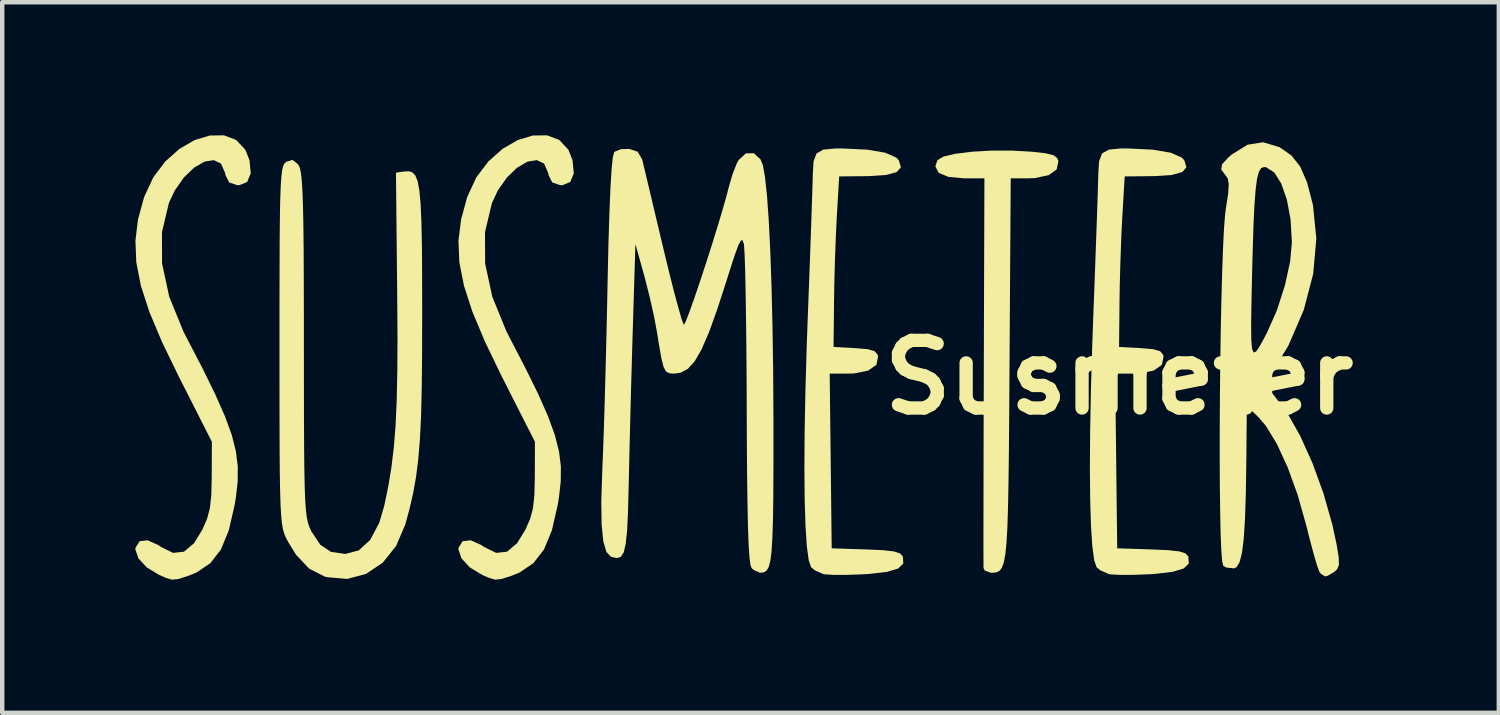
<source format=kicad_pcb>
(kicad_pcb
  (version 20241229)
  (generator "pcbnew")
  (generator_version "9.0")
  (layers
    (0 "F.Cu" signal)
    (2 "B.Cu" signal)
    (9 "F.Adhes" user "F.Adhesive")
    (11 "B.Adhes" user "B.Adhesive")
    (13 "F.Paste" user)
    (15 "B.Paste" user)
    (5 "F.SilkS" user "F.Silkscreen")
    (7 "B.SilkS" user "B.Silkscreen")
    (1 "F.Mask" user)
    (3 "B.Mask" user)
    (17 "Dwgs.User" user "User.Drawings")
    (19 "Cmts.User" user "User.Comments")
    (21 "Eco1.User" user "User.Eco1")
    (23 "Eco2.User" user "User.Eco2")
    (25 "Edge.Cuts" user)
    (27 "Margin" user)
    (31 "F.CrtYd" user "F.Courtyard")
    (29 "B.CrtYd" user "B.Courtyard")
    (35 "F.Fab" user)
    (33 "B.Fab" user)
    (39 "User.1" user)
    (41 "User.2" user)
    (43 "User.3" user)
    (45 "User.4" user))
  (footprint "Susmeter"
    (layer "F.Cu")
    (at 22.172 5.456)
    (property "Reference" "Susmeter" (at 0 0 0) (layer "F.SilkS") (effects (font (size 1.524 1.524) (thickness 0.3))))
    (attr board_only exclude_from_pos_files exclude_from_bom)
    (fp_poly (pts (xy -1.98 -5.088) (xy -1.664 -5.053) (xy -1.48 -5.008) (xy -1.392 -4.941) (xy -1.368 -4.874) (xy -1.406 -4.687) (xy -1.589 -4.557) (xy -1.902 -4.492) (xy -2.041 -4.487) (xy -2.442 -4.487) (xy -2.47 -0.182) (xy -2.476 0.814) (xy -2.483 1.655) (xy -2.492 2.353) (xy -2.503 2.921) (xy -2.517 3.374) (xy -2.537 3.723) (xy -2.563 3.983) (xy -2.597 4.166) (xy -2.639 4.286) (xy -2.692 4.357) (xy -2.755 4.391) (xy -2.831 4.402) (xy -2.889 4.403) (xy -3.024 4.356) (xy -3.055 4.297) (xy -3.056 4.194) (xy -3.057 3.938) (xy -3.057 3.545) (xy -3.056 3.032) (xy -3.055 2.416) (xy -3.054 1.711) (xy -3.052 0.936) (xy -3.049 0.105) (xy -3.049 -0.148) (xy -3.035 -4.487) (xy -3.497 -4.487) (xy -3.849 -4.52) (xy -4.067 -4.612) (xy -4.141 -4.757) (xy -4.093 -4.897) (xy -3.96 -4.976) (xy -3.692 -5.04) (xy -3.323 -5.086) (xy -2.887 -5.111) (xy -2.418 -5.112)) (stroke (width 0) (type solid)) (fill yes) (layer "F.SilkS"))
    (fp_poly (pts (xy -5.676 -5.133) (xy -5.269 -5.064) (xy -5.022 -4.954) (xy -4.964 -4.892) (xy -4.917 -4.736) (xy -5.01 -4.628) (xy -5.251 -4.562) (xy -5.649 -4.536) (xy -5.692 -4.536) (xy -6.308 -4.53) (xy -6.361 -3.641) (xy -6.384 -3.168) (xy -6.405 -2.609) (xy -6.419 -2.047) (xy -6.424 -1.719) (xy -6.435 -0.686) (xy -5.949 -0.66) (xy -5.664 -0.636) (xy -5.509 -0.59) (xy -5.441 -0.509) (xy -5.431 -0.471) (xy -5.469 -0.284) (xy -5.654 -0.154) (xy -5.969 -0.09) (xy -6.114 -0.085) (xy -6.522 -0.085) (xy -6.477 3.852) (xy -5.702 3.877) (xy -5.319 3.894) (xy -5.075 3.922) (xy -4.937 3.967) (xy -4.875 4.034) (xy -4.873 4.04) (xy -4.863 4.194) (xy -4.976 4.306) (xy -5.227 4.382) (xy -5.628 4.429) (xy -5.758 4.437) (xy -6.113 4.45) (xy -6.42 4.451) (xy -6.627 4.439) (xy -6.661 4.434) (xy -6.855 4.35) (xy -6.942 4.277) (xy -6.995 4.123) (xy -7.037 3.812) (xy -7.067 3.354) (xy -7.086 2.761) (xy -7.092 2.044) (xy -7.087 1.214) (xy -7.069 0.283) (xy -7.039 -0.739) (xy -7.021 -1.228) (xy -6.994 -1.937) (xy -6.969 -2.608) (xy -6.947 -3.217) (xy -6.929 -3.742) (xy -6.915 -4.161) (xy -6.906 -4.45) (xy -6.903 -4.572) (xy -6.886 -4.871) (xy -6.818 -5.048) (xy -6.666 -5.134) (xy -6.394 -5.16) (xy -6.239 -5.16)) (stroke (width 0) (type solid)) (fill yes) (layer "F.SilkS"))
    (fp_poly (pts (xy 0.759 -5.133) (xy 1.166 -5.064) (xy 1.413 -4.954) (xy 1.471 -4.892) (xy 1.517 -4.736) (xy 1.425 -4.628) (xy 1.184 -4.562) (xy 0.786 -4.536) (xy 0.743 -4.536) (xy 0.127 -4.53) (xy 0.074 -3.641) (xy 0.05 -3.168) (xy 0.03 -2.609) (xy 0.015 -2.047) (xy 0.01 -1.719) (xy 0 -0.686) (xy 0.486 -0.66) (xy 0.77 -0.636) (xy 0.926 -0.59) (xy 0.993 -0.509) (xy 1.003 -0.471) (xy 0.965 -0.284) (xy 0.781 -0.154) (xy 0.466 -0.09) (xy 0.321 -0.085) (xy -0.088 -0.085) (xy -0.065 1.884) (xy -0.042 3.852) (xy 0.733 3.877) (xy 1.115 3.894) (xy 1.36 3.922) (xy 1.497 3.967) (xy 1.559 4.034) (xy 1.562 4.04) (xy 1.572 4.194) (xy 1.459 4.306) (xy 1.208 4.382) (xy 0.806 4.429) (xy 0.676 4.437) (xy 0.322 4.45) (xy 0.014 4.451) (xy -0.193 4.439) (xy -0.227 4.434) (xy -0.42 4.35) (xy -0.507 4.277) (xy -0.56 4.123) (xy -0.602 3.812) (xy -0.633 3.354) (xy -0.651 2.761) (xy -0.658 2.044) (xy -0.652 1.214) (xy -0.635 0.283) (xy -0.604 -0.739) (xy -0.587 -1.228) (xy -0.56 -1.937) (xy -0.535 -2.608) (xy -0.513 -3.217) (xy -0.494 -3.742) (xy -0.48 -4.161) (xy -0.472 -4.45) (xy -0.469 -4.572) (xy -0.451 -4.871) (xy -0.384 -5.048) (xy -0.231 -5.134) (xy 0.04 -5.16) (xy 0.195 -5.16)) (stroke (width 0) (type solid)) (fill yes) (layer "F.SilkS"))
    (fp_poly (pts (xy -19.899 -5.352) (xy -19.692 -5.13) (xy -19.599 -4.896) (xy -19.571 -4.599) (xy -19.651 -4.404) (xy -19.828 -4.332) (xy -19.882 -4.334) (xy -20.057 -4.395) (xy -20.14 -4.559) (xy -20.151 -4.614) (xy -20.241 -4.819) (xy -20.403 -4.897) (xy -20.613 -4.863) (xy -20.846 -4.728) (xy -21.078 -4.506) (xy -21.285 -4.21) (xy -21.415 -3.932) (xy -21.572 -3.273) (xy -21.569 -2.567) (xy -21.408 -1.82) (xy -21.09 -1.039) (xy -21.029 -0.919) (xy -20.659 -0.206) (xy -20.369 0.385) (xy -20.151 0.879) (xy -19.998 1.298) (xy -19.905 1.667) (xy -19.863 2.009) (xy -19.865 2.349) (xy -19.906 2.71) (xy -19.933 2.873) (xy -20.065 3.446) (xy -20.241 3.876) (xy -20.479 4.185) (xy -20.792 4.397) (xy -20.989 4.476) (xy -21.204 4.544) (xy -21.342 4.559) (xy -21.486 4.517) (xy -21.632 4.453) (xy -21.911 4.285) (xy -22.102 4.079) (xy -22.172 3.876) (xy -22.168 3.838) (xy -22.075 3.691) (xy -21.895 3.671) (xy -21.653 3.779) (xy -21.594 3.821) (xy -21.321 3.955) (xy -21.075 3.928) (xy -20.85 3.738) (xy -20.661 3.431) (xy -20.556 3.189) (xy -20.492 2.95) (xy -20.46 2.657) (xy -20.45 2.255) (xy -20.45 2.229) (xy -20.447 1.45) (xy -21.191 -0.016) (xy -21.572 -0.802) (xy -21.856 -1.477) (xy -22.047 -2.066) (xy -22.15 -2.593) (xy -22.17 -3.082) (xy -22.112 -3.558) (xy -21.979 -4.045) (xy -21.967 -4.08) (xy -21.767 -4.509) (xy -21.496 -4.868) (xy -21.179 -5.15) (xy -20.837 -5.348) (xy -20.494 -5.452) (xy -20.174 -5.456)) (stroke (width 0) (type solid)) (fill yes) (layer "F.SilkS"))
    (fp_poly (pts (xy -12.617 -5.352) (xy -12.411 -5.13) (xy -12.318 -4.896) (xy -12.29 -4.599) (xy -12.369 -4.404) (xy -12.547 -4.332) (xy -12.601 -4.334) (xy -12.776 -4.395) (xy -12.858 -4.559) (xy -12.869 -4.614) (xy -12.96 -4.819) (xy -13.122 -4.897) (xy -13.332 -4.863) (xy -13.565 -4.728) (xy -13.797 -4.506) (xy -14.004 -4.21) (xy -14.134 -3.932) (xy -14.291 -3.273) (xy -14.288 -2.567) (xy -14.127 -1.82) (xy -13.809 -1.039) (xy -13.747 -0.919) (xy -13.378 -0.206) (xy -13.087 0.385) (xy -12.869 0.879) (xy -12.717 1.298) (xy -12.623 1.667) (xy -12.581 2.009) (xy -12.584 2.349) (xy -12.625 2.71) (xy -12.652 2.873) (xy -12.783 3.446) (xy -12.96 3.876) (xy -13.198 4.185) (xy -13.511 4.397) (xy -13.707 4.476) (xy -13.923 4.544) (xy -14.061 4.559) (xy -14.205 4.517) (xy -14.351 4.453) (xy -14.63 4.285) (xy -14.821 4.079) (xy -14.89 3.876) (xy -14.887 3.838) (xy -14.794 3.691) (xy -14.614 3.671) (xy -14.372 3.779) (xy -14.312 3.821) (xy -14.04 3.955) (xy -13.794 3.928) (xy -13.569 3.738) (xy -13.38 3.431) (xy -13.274 3.189) (xy -13.21 2.95) (xy -13.178 2.657) (xy -13.168 2.255) (xy -13.168 2.229) (xy -13.166 1.45) (xy -13.91 -0.016) (xy -14.29 -0.802) (xy -14.574 -1.477) (xy -14.765 -2.066) (xy -14.869 -2.593) (xy -14.889 -3.082) (xy -14.83 -3.558) (xy -14.698 -4.045) (xy -14.686 -4.08) (xy -14.486 -4.509) (xy -14.215 -4.868) (xy -13.897 -5.15) (xy -13.556 -5.348) (xy -13.213 -5.452) (xy -12.892 -5.456)) (stroke (width 0) (type solid)) (fill yes) (layer "F.SilkS"))
    (fp_poly (pts (xy -18.509 -4.808) (xy -18.495 -4.789) (xy -18.465 -4.726) (xy -18.441 -4.615) (xy -18.421 -4.442) (xy -18.405 -4.192) (xy -18.393 -3.851) (xy -18.384 -3.406) (xy -18.378 -2.842) (xy -18.375 -2.144) (xy -18.373 -1.3) (xy -18.373 -0.742) (xy -18.372 0.171) (xy -18.371 0.932) (xy -18.368 1.554) (xy -18.363 2.054) (xy -18.355 2.448) (xy -18.344 2.751) (xy -18.328 2.979) (xy -18.308 3.148) (xy -18.282 3.273) (xy -18.25 3.37) (xy -18.211 3.455) (xy -18.203 3.472) (xy -18.003 3.772) (xy -17.763 3.932) (xy -17.441 3.979) (xy -17.439 3.979) (xy -17.135 3.898) (xy -16.878 3.662) (xy -16.675 3.277) (xy -16.563 2.898) (xy -16.473 2.467) (xy -16.402 2.039) (xy -16.347 1.588) (xy -16.307 1.09) (xy -16.281 0.521) (xy -16.267 -0.143) (xy -16.263 -0.927) (xy -16.27 -1.855) (xy -16.27 -1.905) (xy -16.298 -4.614) (xy -16.114 -4.641) (xy -16.011 -4.646) (xy -15.927 -4.621) (xy -15.86 -4.55) (xy -15.808 -4.418) (xy -15.77 -4.209) (xy -15.742 -3.909) (xy -15.724 -3.501) (xy -15.713 -2.972) (xy -15.708 -2.305) (xy -15.707 -1.485) (xy -15.707 -1.397) (xy -15.709 -0.503) (xy -15.717 0.246) (xy -15.732 0.871) (xy -15.758 1.397) (xy -15.795 1.846) (xy -15.845 2.242) (xy -15.91 2.608) (xy -15.993 2.967) (xy -16.086 3.312) (xy -16.294 3.799) (xy -16.596 4.176) (xy -16.972 4.429) (xy -17.398 4.542) (xy -17.852 4.503) (xy -17.91 4.486) (xy -18.255 4.309) (xy -18.552 3.995) (xy -18.732 3.701) (xy -18.776 3.616) (xy -18.813 3.531) (xy -18.843 3.429) (xy -18.867 3.295) (xy -18.885 3.114) (xy -18.899 2.871) (xy -18.909 2.55) (xy -18.916 2.136) (xy -18.92 1.613) (xy -18.922 0.967) (xy -18.923 0.18) (xy -18.923 -0.71) (xy -18.923 -1.646) (xy -18.921 -2.426) (xy -18.919 -3.066) (xy -18.914 -3.579) (xy -18.907 -3.981) (xy -18.896 -4.286) (xy -18.882 -4.507) (xy -18.864 -4.661) (xy -18.841 -4.759) (xy -18.814 -4.819) (xy -18.78 -4.853) (xy -18.77 -4.859) (xy -18.629 -4.903)) (stroke (width 0) (type solid)) (fill yes) (layer "F.SilkS"))
    (fp_poly (pts (xy 3.609 -5.191) (xy 3.622 -5.185) (xy 3.883 -5.004) (xy 4.082 -4.752) (xy 4.237 -4.396) (xy 4.365 -3.904) (xy 4.37 -3.882) (xy 4.446 -3.129) (xy 4.375 -2.333) (xy 4.162 -1.519) (xy 3.815 -0.714) (xy 3.367 0.018) (xy 3.318 0.137) (xy 3.371 0.265) (xy 3.486 0.399) (xy 3.785 0.791) (xy 4.081 1.316) (xy 4.361 1.937) (xy 4.608 2.618) (xy 4.808 3.323) (xy 4.904 3.77) (xy 4.951 4.058) (xy 4.955 4.229) (xy 4.912 4.329) (xy 4.853 4.381) (xy 4.708 4.468) (xy 4.645 4.487) (xy 4.549 4.426) (xy 4.515 4.381) (xy 4.469 4.261) (xy 4.395 4.012) (xy 4.304 3.674) (xy 4.216 3.325) (xy 4.025 2.648) (xy 3.801 2.03) (xy 3.558 1.502) (xy 3.309 1.093) (xy 3.139 0.894) (xy 2.879 0.646) (xy 2.868 1.868) (xy 2.857 2.609) (xy 2.838 3.195) (xy 2.809 3.641) (xy 2.769 3.96) (xy 2.715 4.168) (xy 2.646 4.278) (xy 2.595 4.304) (xy 2.416 4.285) (xy 2.346 4.242) (xy 2.322 4.135) (xy 2.303 3.879) (xy 2.288 3.495) (xy 2.278 3.004) (xy 2.271 2.424) (xy 2.268 1.778) (xy 2.269 1.086) (xy 2.273 0.368) (xy 2.281 -0.356) (xy 2.292 -1.064) (xy 2.294 -1.177) (xy 2.976 -1.177) (xy 2.98 -0.844) (xy 2.998 -0.643) (xy 3.033 -0.56) (xy 3.089 -0.584) (xy 3.168 -0.7) (xy 3.276 -0.897) (xy 3.338 -1.016) (xy 3.56 -1.519) (xy 3.738 -2.074) (xy 3.856 -2.616) (xy 3.895 -3.05) (xy 3.865 -3.557) (xy 3.782 -4.005) (xy 3.656 -4.368) (xy 3.496 -4.621) (xy 3.312 -4.737) (xy 3.266 -4.741) (xy 3.203 -4.718) (xy 3.151 -4.635) (xy 3.11 -4.478) (xy 3.077 -4.228) (xy 3.05 -3.87) (xy 3.028 -3.387) (xy 3.009 -2.761) (xy 2.997 -2.286) (xy 2.983 -1.653) (xy 2.976 -1.177) (xy 2.294 -1.177) (xy 2.306 -1.737) (xy 2.323 -2.354) (xy 2.342 -2.894) (xy 2.364 -3.337) (xy 2.389 -3.663) (xy 2.407 -3.808) (xy 2.459 -4.146) (xy 2.472 -4.359) (xy 2.448 -4.487) (xy 2.4 -4.554) (xy 2.304 -4.683) (xy 2.32 -4.803) (xy 2.461 -4.956) (xy 2.538 -5.023) (xy 2.894 -5.244) (xy 3.246 -5.3)) (stroke (width 0) (type solid)) (fill yes) (layer "F.SilkS"))
    (fp_poly (pts (xy -10.85 -5.086) (xy -10.752 -4.918) (xy -10.738 -4.868) (xy -10.7 -4.71) (xy -10.63 -4.417) (xy -10.535 -4.017) (xy -10.422 -3.54) (xy -10.297 -3.015) (xy -10.27 -2.901) (xy -10.146 -2.389) (xy -10.032 -1.938) (xy -9.934 -1.573) (xy -9.86 -1.316) (xy -9.815 -1.194) (xy -9.808 -1.186) (xy -9.766 -1.262) (xy -9.685 -1.471) (xy -9.574 -1.782) (xy -9.443 -2.168) (xy -9.302 -2.598) (xy -9.16 -3.043) (xy -9.027 -3.473) (xy -8.913 -3.859) (xy -8.826 -4.172) (xy -8.8 -4.276) (xy -8.717 -4.565) (xy -8.62 -4.814) (xy -8.578 -4.895) (xy -8.412 -5.049) (xy -8.232 -5.053) (xy -8.082 -4.915) (xy -8.028 -4.784) (xy -7.98 -4.514) (xy -7.935 -4.09) (xy -7.895 -3.527) (xy -7.861 -2.839) (xy -7.833 -2.042) (xy -7.811 -1.15) (xy -7.797 -0.179) (xy -7.79 0.857) (xy -7.79 1.147) (xy -7.79 1.976) (xy -7.793 2.652) (xy -7.8 3.189) (xy -7.813 3.604) (xy -7.832 3.912) (xy -7.859 4.13) (xy -7.896 4.272) (xy -7.943 4.354) (xy -8.003 4.392) (xy -8.077 4.403) (xy -8.086 4.403) (xy -8.222 4.348) (xy -8.28 4.301) (xy -8.308 4.226) (xy -8.33 4.054) (xy -8.349 3.774) (xy -8.364 3.375) (xy -8.375 2.845) (xy -8.384 2.176) (xy -8.39 1.354) (xy -8.392 0.724) (xy -8.395 -0.037) (xy -8.401 -0.752) (xy -8.409 -1.403) (xy -8.418 -1.97) (xy -8.428 -2.433) (xy -8.44 -2.773) (xy -8.452 -2.971) (xy -8.456 -3.005) (xy -8.484 -3.089) (xy -8.522 -3.088) (xy -8.579 -2.983) (xy -8.662 -2.758) (xy -8.78 -2.394) (xy -8.839 -2.206) (xy -9.055 -1.538) (xy -9.242 -1.019) (xy -9.409 -0.633) (xy -9.565 -0.363) (xy -9.72 -0.192) (xy -9.882 -0.105) (xy -10.031 -0.085) (xy -10.136 -0.092) (xy -10.21 -0.133) (xy -10.266 -0.236) (xy -10.316 -0.431) (xy -10.371 -0.747) (xy -10.414 -1.016) (xy -10.48 -1.371) (xy -10.577 -1.802) (xy -10.684 -2.226) (xy -10.7 -2.286) (xy -10.901 -3.006) (xy -10.961 -1.058) (xy -10.981 -0.376) (xy -11.002 0.365) (xy -11.021 1.109) (xy -11.038 1.799) (xy -11.051 2.38) (xy -11.052 2.413) (xy -11.067 3.003) (xy -11.087 3.442) (xy -11.119 3.75) (xy -11.165 3.945) (xy -11.232 4.047) (xy -11.323 4.073) (xy -11.444 4.044) (xy -11.455 4.04) (xy -11.556 3.932) (xy -11.625 3.691) (xy -11.663 3.31) (xy -11.67 2.779) (xy -11.647 2.091) (xy -11.646 2.052) (xy -11.63 1.679) (xy -11.612 1.167) (xy -11.593 0.548) (xy -11.574 -0.148) (xy -11.555 -0.89) (xy -11.538 -1.647) (xy -11.53 -2.049) (xy -11.51 -2.959) (xy -11.487 -3.703) (xy -11.463 -4.284) (xy -11.437 -4.705) (xy -11.409 -4.97) (xy -11.378 -5.082) (xy -11.377 -5.083) (xy -11.228 -5.144) (xy -11.041 -5.15)) (stroke (width 0) (type solid)) (fill yes) (layer "F.SilkS")))
  (gr_rect
    (start -3 -3)
    (end 30.731 13.015)
    (stroke (width 0.1) (type default))
    (fill no)
    (layer "Edge.Cuts")))
</source>
